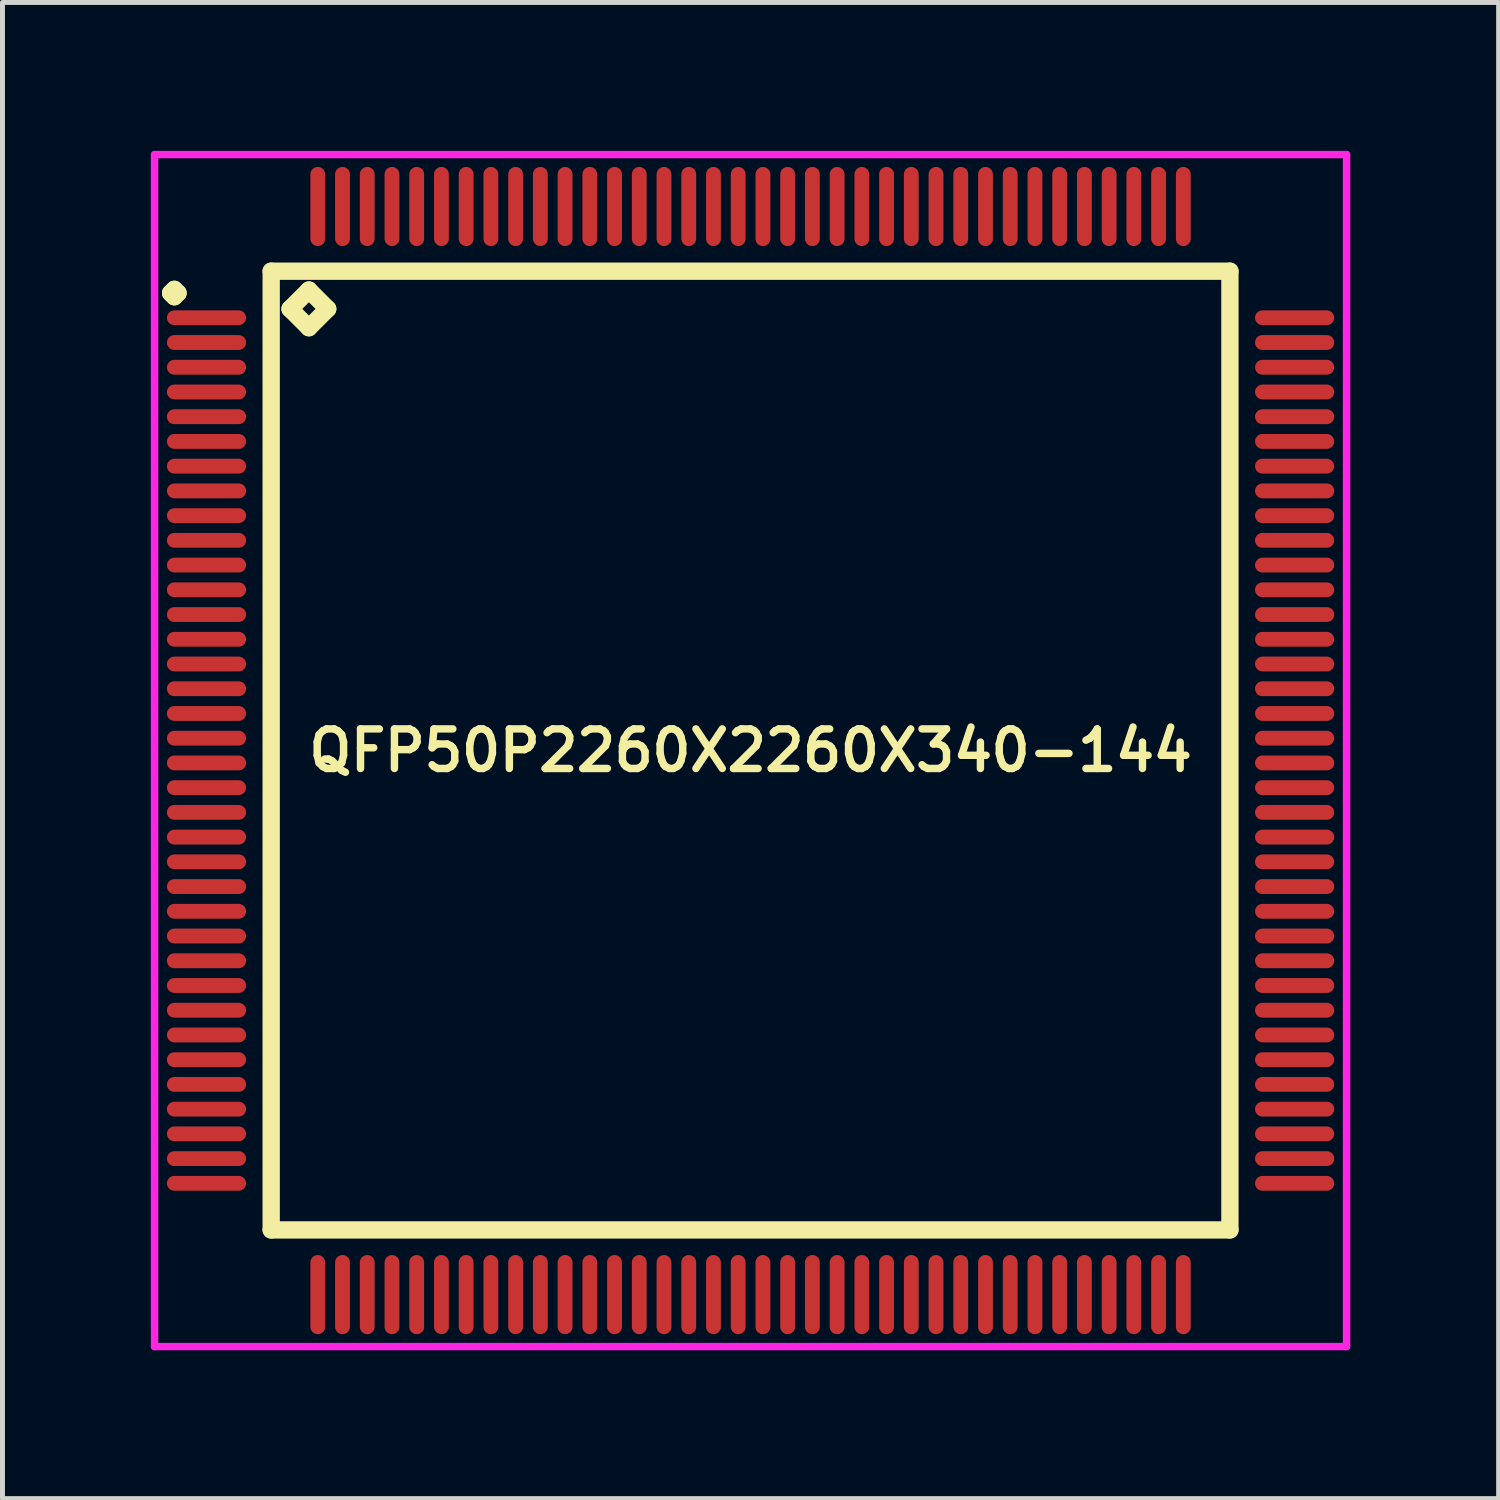
<source format=kicad_pcb>
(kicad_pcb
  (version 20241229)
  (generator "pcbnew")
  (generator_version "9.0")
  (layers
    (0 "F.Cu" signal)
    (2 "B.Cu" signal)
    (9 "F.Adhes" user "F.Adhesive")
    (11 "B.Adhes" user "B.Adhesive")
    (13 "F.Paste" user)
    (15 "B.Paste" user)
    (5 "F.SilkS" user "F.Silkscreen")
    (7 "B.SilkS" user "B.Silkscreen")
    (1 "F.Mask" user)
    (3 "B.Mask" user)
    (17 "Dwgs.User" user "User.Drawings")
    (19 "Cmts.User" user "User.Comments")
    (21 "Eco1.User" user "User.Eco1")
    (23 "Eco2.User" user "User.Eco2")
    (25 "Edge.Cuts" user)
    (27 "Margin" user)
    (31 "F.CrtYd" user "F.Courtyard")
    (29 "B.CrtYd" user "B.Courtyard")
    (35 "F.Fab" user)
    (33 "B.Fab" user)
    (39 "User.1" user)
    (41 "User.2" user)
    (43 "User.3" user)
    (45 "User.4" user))
  (footprint "QFP50P2260X2260X340-144"
    (layer "F.Cu")
    (at 12.125 12.125)
    (property "Reference" "QFP50P2260X2260X340-144" (at 0 0 0) (layer "F.SilkS") (effects (font (size 0.8 0.8) (thickness 0.15))))
    (attr smd)
    (fp_line (start -11.725 -9.25) (end -11.65 -9.325) (stroke (width 0.35) (type solid)) (layer "F.SilkS"))
    (fp_line (start -11.65 -9.325) (end -11.575 -9.25) (stroke (width 0.35) (type solid)) (layer "F.SilkS"))
    (fp_line (start -11.65 -9.175) (end -11.725 -9.25) (stroke (width 0.35) (type solid)) (layer "F.SilkS"))
    (fp_line (start -11.575 -9.25) (end -11.65 -9.175) (stroke (width 0.35) (type solid)) (layer "F.SilkS"))
    (fp_line (start -9.692 -9.692) (end -9.692 9.692) (stroke (width 0.35) (type solid)) (layer "F.SilkS"))
    (fp_line (start -9.692 9.692) (end 9.692 9.692) (stroke (width 0.35) (type solid)) (layer "F.SilkS"))
    (fp_line (start -9.311 -8.93) (end -8.93 -9.311) (stroke (width 0.35) (type solid)) (layer "F.SilkS"))
    (fp_line (start -8.93 -9.311) (end -8.549 -8.93) (stroke (width 0.35) (type solid)) (layer "F.SilkS"))
    (fp_line (start -8.93 -8.549) (end -9.311 -8.93) (stroke (width 0.35) (type solid)) (layer "F.SilkS"))
    (fp_line (start -8.549 -8.93) (end -8.93 -8.549) (stroke (width 0.35) (type solid)) (layer "F.SilkS"))
    (fp_line (start 9.692 -9.692) (end -9.692 -9.692) (stroke (width 0.35) (type solid)) (layer "F.SilkS"))
    (fp_line (start 9.692 9.692) (end 9.692 -9.692) (stroke (width 0.35) (type solid)) (layer "F.SilkS"))
    (fp_line (start -12.05 -12.05) (end 12.05 -12.05) (stroke (width 0.15) (type solid)) (layer "F.CrtYd"))
    (fp_line (start -12.05 12.05) (end -12.05 -12.05) (stroke (width 0.15) (type solid)) (layer "F.CrtYd"))
    (fp_line (start 12.05 -12.05) (end 12.05 12.05) (stroke (width 0.15) (type solid)) (layer "F.CrtYd"))
    (fp_line (start 12.05 12.05) (end -12.05 12.05) (stroke (width 0.15) (type solid)) (layer "F.CrtYd"))
    (pad "1" smd oval (at -11 -8.75) (size 1.6 0.3) (layers "F.Cu" "F.Mask" "F.Paste"))
    (pad "2" smd oval (at -11 -8.25) (size 1.6 0.3) (layers "F.Cu" "F.Mask" "F.Paste"))
    (pad "3" smd oval (at -11 -7.75) (size 1.6 0.3) (layers "F.Cu" "F.Mask" "F.Paste"))
    (pad "4" smd oval (at -11 -7.25) (size 1.6 0.3) (layers "F.Cu" "F.Mask" "F.Paste"))
    (pad "5" smd oval (at -11 -6.75) (size 1.6 0.3) (layers "F.Cu" "F.Mask" "F.Paste"))
    (pad "6" smd oval (at -11 -6.25) (size 1.6 0.3) (layers "F.Cu" "F.Mask" "F.Paste"))
    (pad "7" smd oval (at -11 -5.75) (size 1.6 0.3) (layers "F.Cu" "F.Mask" "F.Paste"))
    (pad "8" smd oval (at -11 -5.25) (size 1.6 0.3) (layers "F.Cu" "F.Mask" "F.Paste"))
    (pad "9" smd oval (at -11 -4.75) (size 1.6 0.3) (layers "F.Cu" "F.Mask" "F.Paste"))
    (pad "10" smd oval (at -11 -4.25) (size 1.6 0.3) (layers "F.Cu" "F.Mask" "F.Paste"))
    (pad "11" smd oval (at -11 -3.75) (size 1.6 0.3) (layers "F.Cu" "F.Mask" "F.Paste"))
    (pad "12" smd oval (at -11 -3.25) (size 1.6 0.3) (layers "F.Cu" "F.Mask" "F.Paste"))
    (pad "13" smd oval (at -11 -2.75) (size 1.6 0.3) (layers "F.Cu" "F.Mask" "F.Paste"))
    (pad "14" smd oval (at -11 -2.25) (size 1.6 0.3) (layers "F.Cu" "F.Mask" "F.Paste"))
    (pad "15" smd oval (at -11 -1.75) (size 1.6 0.3) (layers "F.Cu" "F.Mask" "F.Paste"))
    (pad "16" smd oval (at -11 -1.25) (size 1.6 0.3) (layers "F.Cu" "F.Mask" "F.Paste"))
    (pad "17" smd oval (at -11 -0.75) (size 1.6 0.3) (layers "F.Cu" "F.Mask" "F.Paste"))
    (pad "18" smd oval (at -11 -0.25) (size 1.6 0.3) (layers "F.Cu" "F.Mask" "F.Paste"))
    (pad "19" smd oval (at -11 0.25) (size 1.6 0.3) (layers "F.Cu" "F.Mask" "F.Paste"))
    (pad "20" smd oval (at -11 0.75) (size 1.6 0.3) (layers "F.Cu" "F.Mask" "F.Paste"))
    (pad "21" smd oval (at -11 1.25) (size 1.6 0.3) (layers "F.Cu" "F.Mask" "F.Paste"))
    (pad "22" smd oval (at -11 1.75) (size 1.6 0.3) (layers "F.Cu" "F.Mask" "F.Paste"))
    (pad "23" smd oval (at -11 2.25) (size 1.6 0.3) (layers "F.Cu" "F.Mask" "F.Paste"))
    (pad "24" smd oval (at -11 2.75) (size 1.6 0.3) (layers "F.Cu" "F.Mask" "F.Paste"))
    (pad "25" smd oval (at -11 3.25) (size 1.6 0.3) (layers "F.Cu" "F.Mask" "F.Paste"))
    (pad "26" smd oval (at -11 3.75) (size 1.6 0.3) (layers "F.Cu" "F.Mask" "F.Paste"))
    (pad "27" smd oval (at -11 4.25) (size 1.6 0.3) (layers "F.Cu" "F.Mask" "F.Paste"))
    (pad "28" smd oval (at -11 4.75) (size 1.6 0.3) (layers "F.Cu" "F.Mask" "F.Paste"))
    (pad "29" smd oval (at -11 5.25) (size 1.6 0.3) (layers "F.Cu" "F.Mask" "F.Paste"))
    (pad "30" smd oval (at -11 5.75) (size 1.6 0.3) (layers "F.Cu" "F.Mask" "F.Paste"))
    (pad "31" smd oval (at -11 6.25) (size 1.6 0.3) (layers "F.Cu" "F.Mask" "F.Paste"))
    (pad "32" smd oval (at -11 6.75) (size 1.6 0.3) (layers "F.Cu" "F.Mask" "F.Paste"))
    (pad "33" smd oval (at -11 7.25) (size 1.6 0.3) (layers "F.Cu" "F.Mask" "F.Paste"))
    (pad "34" smd oval (at -11 7.75) (size 1.6 0.3) (layers "F.Cu" "F.Mask" "F.Paste"))
    (pad "35" smd oval (at -11 8.25) (size 1.6 0.3) (layers "F.Cu" "F.Mask" "F.Paste"))
    (pad "36" smd oval (at -11 8.75) (size 1.6 0.3) (layers "F.Cu" "F.Mask" "F.Paste"))
    (pad "37" smd oval (at -8.75 11) (size 0.3 1.6) (layers "F.Cu" "F.Mask" "F.Paste"))
    (pad "38" smd oval (at -8.25 11) (size 0.3 1.6) (layers "F.Cu" "F.Mask" "F.Paste"))
    (pad "39" smd oval (at -7.75 11) (size 0.3 1.6) (layers "F.Cu" "F.Mask" "F.Paste"))
    (pad "40" smd oval (at -7.25 11) (size 0.3 1.6) (layers "F.Cu" "F.Mask" "F.Paste"))
    (pad "41" smd oval (at -6.75 11) (size 0.3 1.6) (layers "F.Cu" "F.Mask" "F.Paste"))
    (pad "42" smd oval (at -6.25 11) (size 0.3 1.6) (layers "F.Cu" "F.Mask" "F.Paste"))
    (pad "43" smd oval (at -5.75 11) (size 0.3 1.6) (layers "F.Cu" "F.Mask" "F.Paste"))
    (pad "44" smd oval (at -5.25 11) (size 0.3 1.6) (layers "F.Cu" "F.Mask" "F.Paste"))
    (pad "45" smd oval (at -4.75 11) (size 0.3 1.6) (layers "F.Cu" "F.Mask" "F.Paste"))
    (pad "46" smd oval (at -4.25 11) (size 0.3 1.6) (layers "F.Cu" "F.Mask" "F.Paste"))
    (pad "47" smd oval (at -3.75 11) (size 0.3 1.6) (layers "F.Cu" "F.Mask" "F.Paste"))
    (pad "48" smd oval (at -3.25 11) (size 0.3 1.6) (layers "F.Cu" "F.Mask" "F.Paste"))
    (pad "49" smd oval (at -2.75 11) (size 0.3 1.6) (layers "F.Cu" "F.Mask" "F.Paste"))
    (pad "50" smd oval (at -2.25 11) (size 0.3 1.6) (layers "F.Cu" "F.Mask" "F.Paste"))
    (pad "51" smd oval (at -1.75 11) (size 0.3 1.6) (layers "F.Cu" "F.Mask" "F.Paste"))
    (pad "52" smd oval (at -1.25 11) (size 0.3 1.6) (layers "F.Cu" "F.Mask" "F.Paste"))
    (pad "53" smd oval (at -0.75 11) (size 0.3 1.6) (layers "F.Cu" "F.Mask" "F.Paste"))
    (pad "54" smd oval (at -0.25 11) (size 0.3 1.6) (layers "F.Cu" "F.Mask" "F.Paste"))
    (pad "55" smd oval (at 0.25 11) (size 0.3 1.6) (layers "F.Cu" "F.Mask" "F.Paste"))
    (pad "56" smd oval (at 0.75 11) (size 0.3 1.6) (layers "F.Cu" "F.Mask" "F.Paste"))
    (pad "57" smd oval (at 1.25 11) (size 0.3 1.6) (layers "F.Cu" "F.Mask" "F.Paste"))
    (pad "58" smd oval (at 1.75 11) (size 0.3 1.6) (layers "F.Cu" "F.Mask" "F.Paste"))
    (pad "59" smd oval (at 2.25 11) (size 0.3 1.6) (layers "F.Cu" "F.Mask" "F.Paste"))
    (pad "60" smd oval (at 2.75 11) (size 0.3 1.6) (layers "F.Cu" "F.Mask" "F.Paste"))
    (pad "61" smd oval (at 3.25 11) (size 0.3 1.6) (layers "F.Cu" "F.Mask" "F.Paste"))
    (pad "62" smd oval (at 3.75 11) (size 0.3 1.6) (layers "F.Cu" "F.Mask" "F.Paste"))
    (pad "63" smd oval (at 4.25 11) (size 0.3 1.6) (layers "F.Cu" "F.Mask" "F.Paste"))
    (pad "64" smd oval (at 4.75 11) (size 0.3 1.6) (layers "F.Cu" "F.Mask" "F.Paste"))
    (pad "65" smd oval (at 5.25 11) (size 0.3 1.6) (layers "F.Cu" "F.Mask" "F.Paste"))
    (pad "66" smd oval (at 5.75 11) (size 0.3 1.6) (layers "F.Cu" "F.Mask" "F.Paste"))
    (pad "67" smd oval (at 6.25 11) (size 0.3 1.6) (layers "F.Cu" "F.Mask" "F.Paste"))
    (pad "68" smd oval (at 6.75 11) (size 0.3 1.6) (layers "F.Cu" "F.Mask" "F.Paste"))
    (pad "69" smd oval (at 7.25 11) (size 0.3 1.6) (layers "F.Cu" "F.Mask" "F.Paste"))
    (pad "70" smd oval (at 7.75 11) (size 0.3 1.6) (layers "F.Cu" "F.Mask" "F.Paste"))
    (pad "71" smd oval (at 8.25 11) (size 0.3 1.6) (layers "F.Cu" "F.Mask" "F.Paste"))
    (pad "72" smd oval (at 8.75 11) (size 0.3 1.6) (layers "F.Cu" "F.Mask" "F.Paste"))
    (pad "73" smd oval (at 11 8.75) (size 1.6 0.3) (layers "F.Cu" "F.Mask" "F.Paste"))
    (pad "74" smd oval (at 11 8.25) (size 1.6 0.3) (layers "F.Cu" "F.Mask" "F.Paste"))
    (pad "75" smd oval (at 11 7.75) (size 1.6 0.3) (layers "F.Cu" "F.Mask" "F.Paste"))
    (pad "76" smd oval (at 11 7.25) (size 1.6 0.3) (layers "F.Cu" "F.Mask" "F.Paste"))
    (pad "77" smd oval (at 11 6.75) (size 1.6 0.3) (layers "F.Cu" "F.Mask" "F.Paste"))
    (pad "78" smd oval (at 11 6.25) (size 1.6 0.3) (layers "F.Cu" "F.Mask" "F.Paste"))
    (pad "79" smd oval (at 11 5.75) (size 1.6 0.3) (layers "F.Cu" "F.Mask" "F.Paste"))
    (pad "80" smd oval (at 11 5.25) (size 1.6 0.3) (layers "F.Cu" "F.Mask" "F.Paste"))
    (pad "81" smd oval (at 11 4.75) (size 1.6 0.3) (layers "F.Cu" "F.Mask" "F.Paste"))
    (pad "82" smd oval (at 11 4.25) (size 1.6 0.3) (layers "F.Cu" "F.Mask" "F.Paste"))
    (pad "83" smd oval (at 11 3.75) (size 1.6 0.3) (layers "F.Cu" "F.Mask" "F.Paste"))
    (pad "84" smd oval (at 11 3.25) (size 1.6 0.3) (layers "F.Cu" "F.Mask" "F.Paste"))
    (pad "85" smd oval (at 11 2.75) (size 1.6 0.3) (layers "F.Cu" "F.Mask" "F.Paste"))
    (pad "86" smd oval (at 11 2.25) (size 1.6 0.3) (layers "F.Cu" "F.Mask" "F.Paste"))
    (pad "87" smd oval (at 11 1.75) (size 1.6 0.3) (layers "F.Cu" "F.Mask" "F.Paste"))
    (pad "88" smd oval (at 11 1.25) (size 1.6 0.3) (layers "F.Cu" "F.Mask" "F.Paste"))
    (pad "89" smd oval (at 11 0.75) (size 1.6 0.3) (layers "F.Cu" "F.Mask" "F.Paste"))
    (pad "90" smd oval (at 11 0.25) (size 1.6 0.3) (layers "F.Cu" "F.Mask" "F.Paste"))
    (pad "91" smd oval (at 11 -0.25) (size 1.6 0.3) (layers "F.Cu" "F.Mask" "F.Paste"))
    (pad "92" smd oval (at 11 -0.75) (size 1.6 0.3) (layers "F.Cu" "F.Mask" "F.Paste"))
    (pad "93" smd oval (at 11 -1.25) (size 1.6 0.3) (layers "F.Cu" "F.Mask" "F.Paste"))
    (pad "94" smd oval (at 11 -1.75) (size 1.6 0.3) (layers "F.Cu" "F.Mask" "F.Paste"))
    (pad "95" smd oval (at 11 -2.25) (size 1.6 0.3) (layers "F.Cu" "F.Mask" "F.Paste"))
    (pad "96" smd oval (at 11 -2.75) (size 1.6 0.3) (layers "F.Cu" "F.Mask" "F.Paste"))
    (pad "97" smd oval (at 11 -3.25) (size 1.6 0.3) (layers "F.Cu" "F.Mask" "F.Paste"))
    (pad "98" smd oval (at 11 -3.75) (size 1.6 0.3) (layers "F.Cu" "F.Mask" "F.Paste"))
    (pad "99" smd oval (at 11 -4.25) (size 1.6 0.3) (layers "F.Cu" "F.Mask" "F.Paste"))
    (pad "100" smd oval (at 11 -4.75) (size 1.6 0.3) (layers "F.Cu" "F.Mask" "F.Paste"))
    (pad "101" smd oval (at 11 -5.25) (size 1.6 0.3) (layers "F.Cu" "F.Mask" "F.Paste"))
    (pad "102" smd oval (at 11 -5.75) (size 1.6 0.3) (layers "F.Cu" "F.Mask" "F.Paste"))
    (pad "103" smd oval (at 11 -6.25) (size 1.6 0.3) (layers "F.Cu" "F.Mask" "F.Paste"))
    (pad "104" smd oval (at 11 -6.75) (size 1.6 0.3) (layers "F.Cu" "F.Mask" "F.Paste"))
    (pad "105" smd oval (at 11 -7.25) (size 1.6 0.3) (layers "F.Cu" "F.Mask" "F.Paste"))
    (pad "106" smd oval (at 11 -7.75) (size 1.6 0.3) (layers "F.Cu" "F.Mask" "F.Paste"))
    (pad "107" smd oval (at 11 -8.25) (size 1.6 0.3) (layers "F.Cu" "F.Mask" "F.Paste"))
    (pad "108" smd oval (at 11 -8.75) (size 1.6 0.3) (layers "F.Cu" "F.Mask" "F.Paste"))
    (pad "109" smd oval (at 8.75 -11) (size 0.3 1.6) (layers "F.Cu" "F.Mask" "F.Paste"))
    (pad "110" smd oval (at 8.25 -11) (size 0.3 1.6) (layers "F.Cu" "F.Mask" "F.Paste"))
    (pad "111" smd oval (at 7.75 -11) (size 0.3 1.6) (layers "F.Cu" "F.Mask" "F.Paste"))
    (pad "112" smd oval (at 7.25 -11) (size 0.3 1.6) (layers "F.Cu" "F.Mask" "F.Paste"))
    (pad "113" smd oval (at 6.75 -11) (size 0.3 1.6) (layers "F.Cu" "F.Mask" "F.Paste"))
    (pad "114" smd oval (at 6.25 -11) (size 0.3 1.6) (layers "F.Cu" "F.Mask" "F.Paste"))
    (pad "115" smd oval (at 5.75 -11) (size 0.3 1.6) (layers "F.Cu" "F.Mask" "F.Paste"))
    (pad "116" smd oval (at 5.25 -11) (size 0.3 1.6) (layers "F.Cu" "F.Mask" "F.Paste"))
    (pad "117" smd oval (at 4.75 -11) (size 0.3 1.6) (layers "F.Cu" "F.Mask" "F.Paste"))
    (pad "118" smd oval (at 4.25 -11) (size 0.3 1.6) (layers "F.Cu" "F.Mask" "F.Paste"))
    (pad "119" smd oval (at 3.75 -11) (size 0.3 1.6) (layers "F.Cu" "F.Mask" "F.Paste"))
    (pad "120" smd oval (at 3.25 -11) (size 0.3 1.6) (layers "F.Cu" "F.Mask" "F.Paste"))
    (pad "121" smd oval (at 2.75 -11) (size 0.3 1.6) (layers "F.Cu" "F.Mask" "F.Paste"))
    (pad "122" smd oval (at 2.25 -11) (size 0.3 1.6) (layers "F.Cu" "F.Mask" "F.Paste"))
    (pad "123" smd oval (at 1.75 -11) (size 0.3 1.6) (layers "F.Cu" "F.Mask" "F.Paste"))
    (pad "124" smd oval (at 1.25 -11) (size 0.3 1.6) (layers "F.Cu" "F.Mask" "F.Paste"))
    (pad "125" smd oval (at 0.75 -11) (size 0.3 1.6) (layers "F.Cu" "F.Mask" "F.Paste"))
    (pad "126" smd oval (at 0.25 -11) (size 0.3 1.6) (layers "F.Cu" "F.Mask" "F.Paste"))
    (pad "127" smd oval (at -0.25 -11) (size 0.3 1.6) (layers "F.Cu" "F.Mask" "F.Paste"))
    (pad "128" smd oval (at -0.75 -11) (size 0.3 1.6) (layers "F.Cu" "F.Mask" "F.Paste"))
    (pad "129" smd oval (at -1.25 -11) (size 0.3 1.6) (layers "F.Cu" "F.Mask" "F.Paste"))
    (pad "130" smd oval (at -1.75 -11) (size 0.3 1.6) (layers "F.Cu" "F.Mask" "F.Paste"))
    (pad "131" smd oval (at -2.25 -11) (size 0.3 1.6) (layers "F.Cu" "F.Mask" "F.Paste"))
    (pad "132" smd oval (at -2.75 -11) (size 0.3 1.6) (layers "F.Cu" "F.Mask" "F.Paste"))
    (pad "133" smd oval (at -3.25 -11) (size 0.3 1.6) (layers "F.Cu" "F.Mask" "F.Paste"))
    (pad "134" smd oval (at -3.75 -11) (size 0.3 1.6) (layers "F.Cu" "F.Mask" "F.Paste"))
    (pad "135" smd oval (at -4.25 -11) (size 0.3 1.6) (layers "F.Cu" "F.Mask" "F.Paste"))
    (pad "136" smd oval (at -4.75 -11) (size 0.3 1.6) (layers "F.Cu" "F.Mask" "F.Paste"))
    (pad "137" smd oval (at -5.25 -11) (size 0.3 1.6) (layers "F.Cu" "F.Mask" "F.Paste"))
    (pad "138" smd oval (at -5.75 -11) (size 0.3 1.6) (layers "F.Cu" "F.Mask" "F.Paste"))
    (pad "139" smd oval (at -6.25 -11) (size 0.3 1.6) (layers "F.Cu" "F.Mask" "F.Paste"))
    (pad "140" smd oval (at -6.75 -11) (size 0.3 1.6) (layers "F.Cu" "F.Mask" "F.Paste"))
    (pad "141" smd oval (at -7.25 -11) (size 0.3 1.6) (layers "F.Cu" "F.Mask" "F.Paste"))
    (pad "142" smd oval (at -7.75 -11) (size 0.3 1.6) (layers "F.Cu" "F.Mask" "F.Paste"))
    (pad "143" smd oval (at -8.25 -11) (size 0.3 1.6) (layers "F.Cu" "F.Mask" "F.Paste"))
    (pad "144" smd oval (at -8.75 -11) (size 0.3 1.6) (layers "F.Cu" "F.Mask" "F.Paste")))
  (gr_rect
    (start -3 -3)
    (end 27.25 27.25)
    (stroke (width 0.1) (type default))
    (fill no)
    (layer "Edge.Cuts")))
</source>
